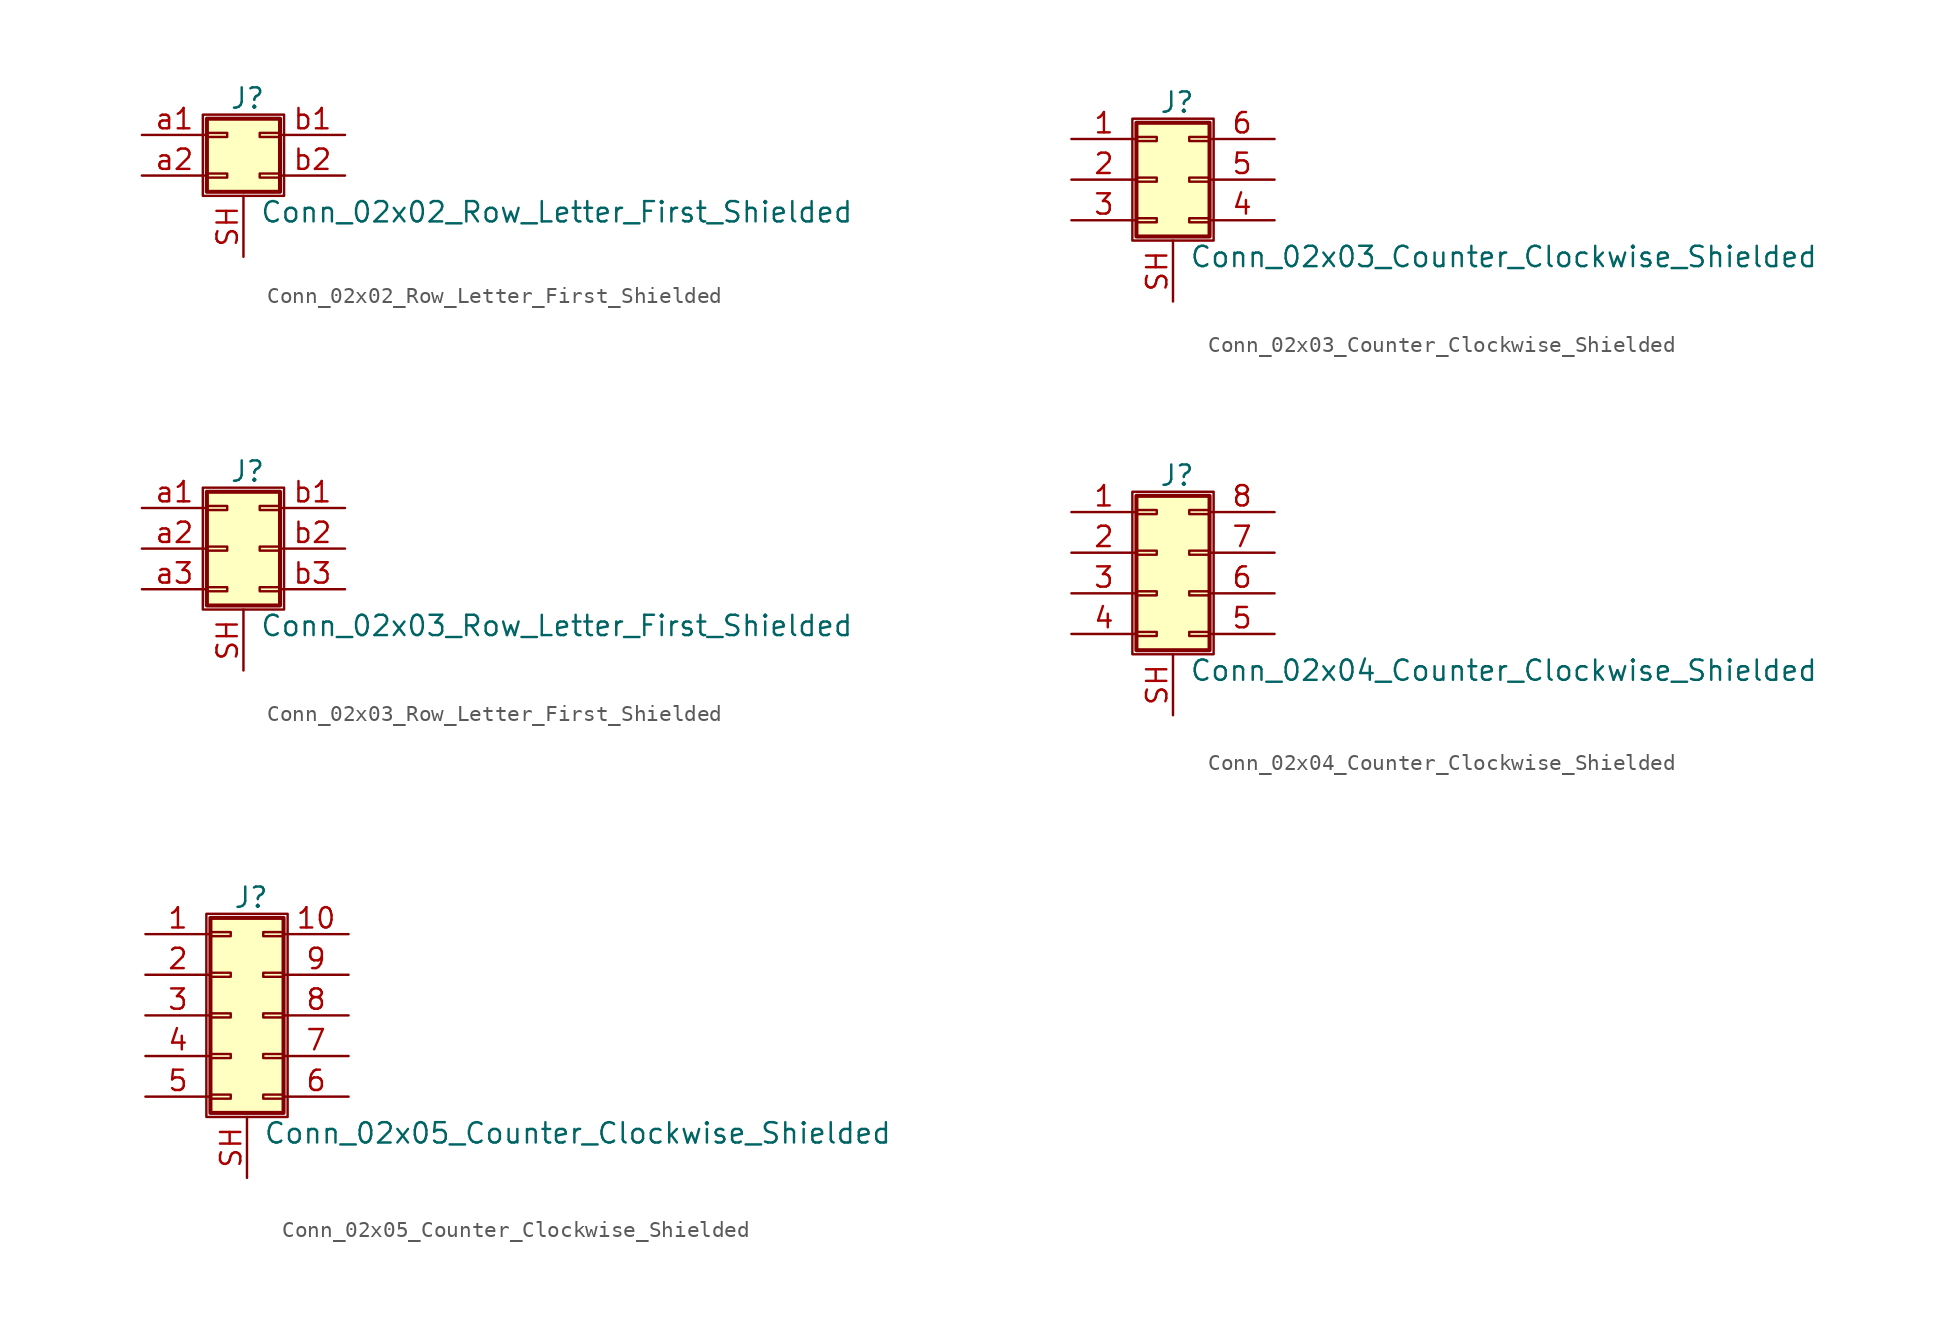
<source format=kicad_sym>
(kicad_symbol_lib
  (version 20211014)
  (generator kicad_symbol_editor)
  (symbol "Conn_02x02_Row_Letter_First_Shielded"
    (pin_names
      (offset 1.016) hide)
    (property "Reference" "J"
      (at 1.524 2.286 0)
      (effects (font (size 1.27 1.27))))
    (property "Value" "Conn_02x02_Row_Letter_First_Shielded"
      (at 2.286 -4.826 0)
      (effects (font (size 1.27 1.27)) (justify left)))
    (symbol "Conn_02x02_Row_Letter_First_Shielded_1_1"
      (rectangle (start -1.27 1.27) (end 3.81 -3.81) (stroke (width 0.152) (type default) (color 0 0 0 0)) (fill (type none)))
      (rectangle (start -1.016 -2.413) (end 0.254 -2.667) (stroke (width 0.152) (type default) (color 0 0 0 0)) (fill (type none)))
      (rectangle (start -1.016 0.127) (end 0.254 -0.127) (stroke (width 0.152) (type default) (color 0 0 0 0)) (fill (type none)))
      (rectangle (start -1.016 1.016) (end 3.556 -3.556) (stroke (width 0.254) (type default) (color 0 0 0 0)) (fill (type background)))
      (rectangle (start 3.556 -2.413) (end 2.286 -2.667) (stroke (width 0.152) (type default) (color 0 0 0 0)) (fill (type none)))
      (rectangle (start 3.556 0.127) (end 2.286 -0.127) (stroke (width 0.152) (type default) (color 0 0 0 0)) (fill (type none)))
      (pin passive line (at 1.27 -7.62 90) (length 3.81) (name "Shield" (effects (font (size 1.27 1.27)))) (number "SH" (effects (font (size 1.27 1.27)))))
      (pin passive line (at -5.08 0 0) (length 4.064) (name "Pin_a1" (effects (font (size 1.27 1.27)))) (number "a1" (effects (font (size 1.27 1.27)))))
      (pin passive line (at -5.08 -2.54 0) (length 4.064) (name "Pin_a2" (effects (font (size 1.27 1.27)))) (number "a2" (effects (font (size 1.27 1.27)))))
      (pin passive line (at 7.62 0 180) (length 4.064) (name "Pin_b1" (effects (font (size 1.27 1.27)))) (number "b1" (effects (font (size 1.27 1.27)))))
      (pin passive line (at 7.62 -2.54 180) (length 4.064) (name "Pin_b2" (effects (font (size 1.27 1.27)))) (number "b2" (effects (font (size 1.27 1.27)))))))
  (symbol "Conn_02x03_Counter_Clockwise_Shielded"
    (pin_names
      (offset 1.016) hide)
    (property "Reference" "J"
      (at 1.524 4.826 0)
      (effects (font (size 1.27 1.27))))
    (property "Value" "Conn_02x03_Counter_Clockwise_Shielded"
      (at 2.286 -4.826 0)
      (effects (font (size 1.27 1.27)) (justify left)))
    (symbol "Conn_02x03_Counter_Clockwise_Shielded_1_1"
      (rectangle (start -1.27 3.81) (end 3.81 -3.81) (stroke (width 0.152) (type default) (color 0 0 0 0)) (fill (type none)))
      (rectangle (start -1.016 -2.413) (end 0.254 -2.667) (stroke (width 0.152) (type default) (color 0 0 0 0)) (fill (type none)))
      (rectangle (start -1.016 0.127) (end 0.254 -0.127) (stroke (width 0.152) (type default) (color 0 0 0 0)) (fill (type none)))
      (rectangle (start -1.016 2.667) (end 0.254 2.413) (stroke (width 0.152) (type default) (color 0 0 0 0)) (fill (type none)))
      (rectangle (start -1.016 3.556) (end 3.556 -3.556) (stroke (width 0.254) (type default) (color 0 0 0 0)) (fill (type background)))
      (rectangle (start 3.556 -2.413) (end 2.286 -2.667) (stroke (width 0.152) (type default) (color 0 0 0 0)) (fill (type none)))
      (rectangle (start 3.556 0.127) (end 2.286 -0.127) (stroke (width 0.152) (type default) (color 0 0 0 0)) (fill (type none)))
      (rectangle (start 3.556 2.667) (end 2.286 2.413) (stroke (width 0.152) (type default) (color 0 0 0 0)) (fill (type none)))
      (pin passive line (at -5.08 2.54 0) (length 4.064) (name "Pin_1" (effects (font (size 1.27 1.27)))) (number "1" (effects (font (size 1.27 1.27)))))
      (pin passive line (at -5.08 0 0) (length 4.064) (name "Pin_2" (effects (font (size 1.27 1.27)))) (number "2" (effects (font (size 1.27 1.27)))))
      (pin passive line (at -5.08 -2.54 0) (length 4.064) (name "Pin_3" (effects (font (size 1.27 1.27)))) (number "3" (effects (font (size 1.27 1.27)))))
      (pin passive line (at 7.62 -2.54 180) (length 4.064) (name "Pin_4" (effects (font (size 1.27 1.27)))) (number "4" (effects (font (size 1.27 1.27)))))
      (pin passive line (at 7.62 0 180) (length 4.064) (name "Pin_5" (effects (font (size 1.27 1.27)))) (number "5" (effects (font (size 1.27 1.27)))))
      (pin passive line (at 7.62 2.54 180) (length 4.064) (name "Pin_6" (effects (font (size 1.27 1.27)))) (number "6" (effects (font (size 1.27 1.27)))))
      (pin passive line (at 1.27 -7.62 90) (length 3.81) (name "Shield" (effects (font (size 1.27 1.27)))) (number "SH" (effects (font (size 1.27 1.27)))))))
  (symbol "Conn_02x03_Row_Letter_First_Shielded"
    (pin_names
      (offset 1.016) hide)
    (property "Reference" "J"
      (at 1.524 4.826 0)
      (effects (font (size 1.27 1.27))))
    (property "Value" "Conn_02x03_Row_Letter_First_Shielded"
      (at 2.286 -4.826 0)
      (effects (font (size 1.27 1.27)) (justify left)))
    (symbol "Conn_02x03_Row_Letter_First_Shielded_1_1"
      (rectangle (start -1.27 3.81) (end 3.81 -3.81) (stroke (width 0.152) (type default) (color 0 0 0 0)) (fill (type none)))
      (rectangle (start -1.016 -2.413) (end 0.254 -2.667) (stroke (width 0.152) (type default) (color 0 0 0 0)) (fill (type none)))
      (rectangle (start -1.016 0.127) (end 0.254 -0.127) (stroke (width 0.152) (type default) (color 0 0 0 0)) (fill (type none)))
      (rectangle (start -1.016 2.667) (end 0.254 2.413) (stroke (width 0.152) (type default) (color 0 0 0 0)) (fill (type none)))
      (rectangle (start -1.016 3.556) (end 3.556 -3.556) (stroke (width 0.254) (type default) (color 0 0 0 0)) (fill (type background)))
      (rectangle (start 3.556 -2.413) (end 2.286 -2.667) (stroke (width 0.152) (type default) (color 0 0 0 0)) (fill (type none)))
      (rectangle (start 3.556 0.127) (end 2.286 -0.127) (stroke (width 0.152) (type default) (color 0 0 0 0)) (fill (type none)))
      (rectangle (start 3.556 2.667) (end 2.286 2.413) (stroke (width 0.152) (type default) (color 0 0 0 0)) (fill (type none)))
      (pin passive line (at 1.27 -7.62 90) (length 3.81) (name "Shield" (effects (font (size 1.27 1.27)))) (number "SH" (effects (font (size 1.27 1.27)))))
      (pin passive line (at -5.08 2.54 0) (length 4.064) (name "Pin_a1" (effects (font (size 1.27 1.27)))) (number "a1" (effects (font (size 1.27 1.27)))))
      (pin passive line (at -5.08 0 0) (length 4.064) (name "Pin_a2" (effects (font (size 1.27 1.27)))) (number "a2" (effects (font (size 1.27 1.27)))))
      (pin passive line (at -5.08 -2.54 0) (length 4.064) (name "Pin_a3" (effects (font (size 1.27 1.27)))) (number "a3" (effects (font (size 1.27 1.27)))))
      (pin passive line (at 7.62 2.54 180) (length 4.064) (name "Pin_b1" (effects (font (size 1.27 1.27)))) (number "b1" (effects (font (size 1.27 1.27)))))
      (pin passive line (at 7.62 0 180) (length 4.064) (name "Pin_b2" (effects (font (size 1.27 1.27)))) (number "b2" (effects (font (size 1.27 1.27)))))
      (pin passive line (at 7.62 -2.54 180) (length 4.064) (name "Pin_b3" (effects (font (size 1.27 1.27)))) (number "b3" (effects (font (size 1.27 1.27)))))))
  (symbol "Conn_02x04_Counter_Clockwise_Shielded"
    (pin_names
      (offset 1.016) hide)
    (property "Reference" "J"
      (at 1.524 4.826 0)
      (effects (font (size 1.27 1.27))))
    (property "Value" "Conn_02x04_Counter_Clockwise_Shielded"
      (at 2.286 -7.366 0)
      (effects (font (size 1.27 1.27)) (justify left)))
    (symbol "Conn_02x04_Counter_Clockwise_Shielded_1_1"
      (rectangle (start -1.27 3.81) (end 3.81 -6.35) (stroke (width 0.152) (type default) (color 0 0 0 0)) (fill (type none)))
      (rectangle (start -1.016 -4.953) (end 0.254 -5.207) (stroke (width 0.152) (type default) (color 0 0 0 0)) (fill (type none)))
      (rectangle (start -1.016 -2.413) (end 0.254 -2.667) (stroke (width 0.152) (type default) (color 0 0 0 0)) (fill (type none)))
      (rectangle (start -1.016 0.127) (end 0.254 -0.127) (stroke (width 0.152) (type default) (color 0 0 0 0)) (fill (type none)))
      (rectangle (start -1.016 2.667) (end 0.254 2.413) (stroke (width 0.152) (type default) (color 0 0 0 0)) (fill (type none)))
      (rectangle (start -1.016 3.556) (end 3.556 -6.096) (stroke (width 0.254) (type default) (color 0 0 0 0)) (fill (type background)))
      (rectangle (start 3.556 -4.953) (end 2.286 -5.207) (stroke (width 0.152) (type default) (color 0 0 0 0)) (fill (type none)))
      (rectangle (start 3.556 -2.413) (end 2.286 -2.667) (stroke (width 0.152) (type default) (color 0 0 0 0)) (fill (type none)))
      (rectangle (start 3.556 0.127) (end 2.286 -0.127) (stroke (width 0.152) (type default) (color 0 0 0 0)) (fill (type none)))
      (rectangle (start 3.556 2.667) (end 2.286 2.413) (stroke (width 0.152) (type default) (color 0 0 0 0)) (fill (type none)))
      (pin passive line (at -5.08 2.54 0) (length 4.064) (name "Pin_1" (effects (font (size 1.27 1.27)))) (number "1" (effects (font (size 1.27 1.27)))))
      (pin passive line (at -5.08 0 0) (length 4.064) (name "Pin_2" (effects (font (size 1.27 1.27)))) (number "2" (effects (font (size 1.27 1.27)))))
      (pin passive line (at -5.08 -2.54 0) (length 4.064) (name "Pin_3" (effects (font (size 1.27 1.27)))) (number "3" (effects (font (size 1.27 1.27)))))
      (pin passive line (at -5.08 -5.08 0) (length 4.064) (name "Pin_4" (effects (font (size 1.27 1.27)))) (number "4" (effects (font (size 1.27 1.27)))))
      (pin passive line (at 7.62 -5.08 180) (length 4.064) (name "Pin_5" (effects (font (size 1.27 1.27)))) (number "5" (effects (font (size 1.27 1.27)))))
      (pin passive line (at 7.62 -2.54 180) (length 4.064) (name "Pin_6" (effects (font (size 1.27 1.27)))) (number "6" (effects (font (size 1.27 1.27)))))
      (pin passive line (at 7.62 0 180) (length 4.064) (name "Pin_7" (effects (font (size 1.27 1.27)))) (number "7" (effects (font (size 1.27 1.27)))))
      (pin passive line (at 7.62 2.54 180) (length 4.064) (name "Pin_8" (effects (font (size 1.27 1.27)))) (number "8" (effects (font (size 1.27 1.27)))))
      (pin passive line (at 1.27 -10.16 90) (length 3.81) (name "Shield" (effects (font (size 1.27 1.27)))) (number "SH" (effects (font (size 1.27 1.27)))))))
  (symbol "Conn_02x05_Counter_Clockwise_Shielded"
    (pin_names
      (offset 1.016) hide)
    (property "Reference" "J"
      (at 1.524 7.366 0)
      (effects (font (size 1.27 1.27))))
    (property "Value" "Conn_02x05_Counter_Clockwise_Shielded"
      (at 2.286 -7.366 0)
      (effects (font (size 1.27 1.27)) (justify left)))
    (symbol "Conn_02x05_Counter_Clockwise_Shielded_1_1"
      (rectangle (start -1.27 6.35) (end 3.81 -6.35) (stroke (width 0.152) (type default) (color 0 0 0 0)) (fill (type none)))
      (rectangle (start -1.016 -4.953) (end 0.254 -5.207) (stroke (width 0.152) (type default) (color 0 0 0 0)) (fill (type none)))
      (rectangle (start -1.016 -2.413) (end 0.254 -2.667) (stroke (width 0.152) (type default) (color 0 0 0 0)) (fill (type none)))
      (rectangle (start -1.016 0.127) (end 0.254 -0.127) (stroke (width 0.152) (type default) (color 0 0 0 0)) (fill (type none)))
      (rectangle (start -1.016 2.667) (end 0.254 2.413) (stroke (width 0.152) (type default) (color 0 0 0 0)) (fill (type none)))
      (rectangle (start -1.016 5.207) (end 0.254 4.953) (stroke (width 0.152) (type default) (color 0 0 0 0)) (fill (type none)))
      (rectangle (start -1.016 6.096) (end 3.556 -6.096) (stroke (width 0.254) (type default) (color 0 0 0 0)) (fill (type background)))
      (rectangle (start 3.556 -4.953) (end 2.286 -5.207) (stroke (width 0.152) (type default) (color 0 0 0 0)) (fill (type none)))
      (rectangle (start 3.556 -2.413) (end 2.286 -2.667) (stroke (width 0.152) (type default) (color 0 0 0 0)) (fill (type none)))
      (rectangle (start 3.556 0.127) (end 2.286 -0.127) (stroke (width 0.152) (type default) (color 0 0 0 0)) (fill (type none)))
      (rectangle (start 3.556 2.667) (end 2.286 2.413) (stroke (width 0.152) (type default) (color 0 0 0 0)) (fill (type none)))
      (rectangle (start 3.556 5.207) (end 2.286 4.953) (stroke (width 0.152) (type default) (color 0 0 0 0)) (fill (type none)))
      (pin passive line (at -5.08 5.08 0) (length 4.064) (name "Pin_1" (effects (font (size 1.27 1.27)))) (number "1" (effects (font (size 1.27 1.27)))))
      (pin passive line (at 7.62 5.08 180) (length 4.064) (name "Pin_10" (effects (font (size 1.27 1.27)))) (number "10" (effects (font (size 1.27 1.27)))))
      (pin passive line (at -5.08 2.54 0) (length 4.064) (name "Pin_2" (effects (font (size 1.27 1.27)))) (number "2" (effects (font (size 1.27 1.27)))))
      (pin passive line (at -5.08 0 0) (length 4.064) (name "Pin_3" (effects (font (size 1.27 1.27)))) (number "3" (effects (font (size 1.27 1.27)))))
      (pin passive line (at -5.08 -2.54 0) (length 4.064) (name "Pin_4" (effects (font (size 1.27 1.27)))) (number "4" (effects (font (size 1.27 1.27)))))
      (pin passive line (at -5.08 -5.08 0) (length 4.064) (name "Pin_5" (effects (font (size 1.27 1.27)))) (number "5" (effects (font (size 1.27 1.27)))))
      (pin passive line (at 7.62 -5.08 180) (length 4.064) (name "Pin_6" (effects (font (size 1.27 1.27)))) (number "6" (effects (font (size 1.27 1.27)))))
      (pin passive line (at 7.62 -2.54 180) (length 4.064) (name "Pin_7" (effects (font (size 1.27 1.27)))) (number "7" (effects (font (size 1.27 1.27)))))
      (pin passive line (at 7.62 0 180) (length 4.064) (name "Pin_8" (effects (font (size 1.27 1.27)))) (number "8" (effects (font (size 1.27 1.27)))))
      (pin passive line (at 7.62 2.54 180) (length 4.064) (name "Pin_9" (effects (font (size 1.27 1.27)))) (number "9" (effects (font (size 1.27 1.27)))))
      (pin passive line (at 1.27 -10.16 90) (length 3.81) (name "Shield" (effects (font (size 1.27 1.27)))) (number "SH" (effects (font (size 1.27 1.27))))))))
</source>
